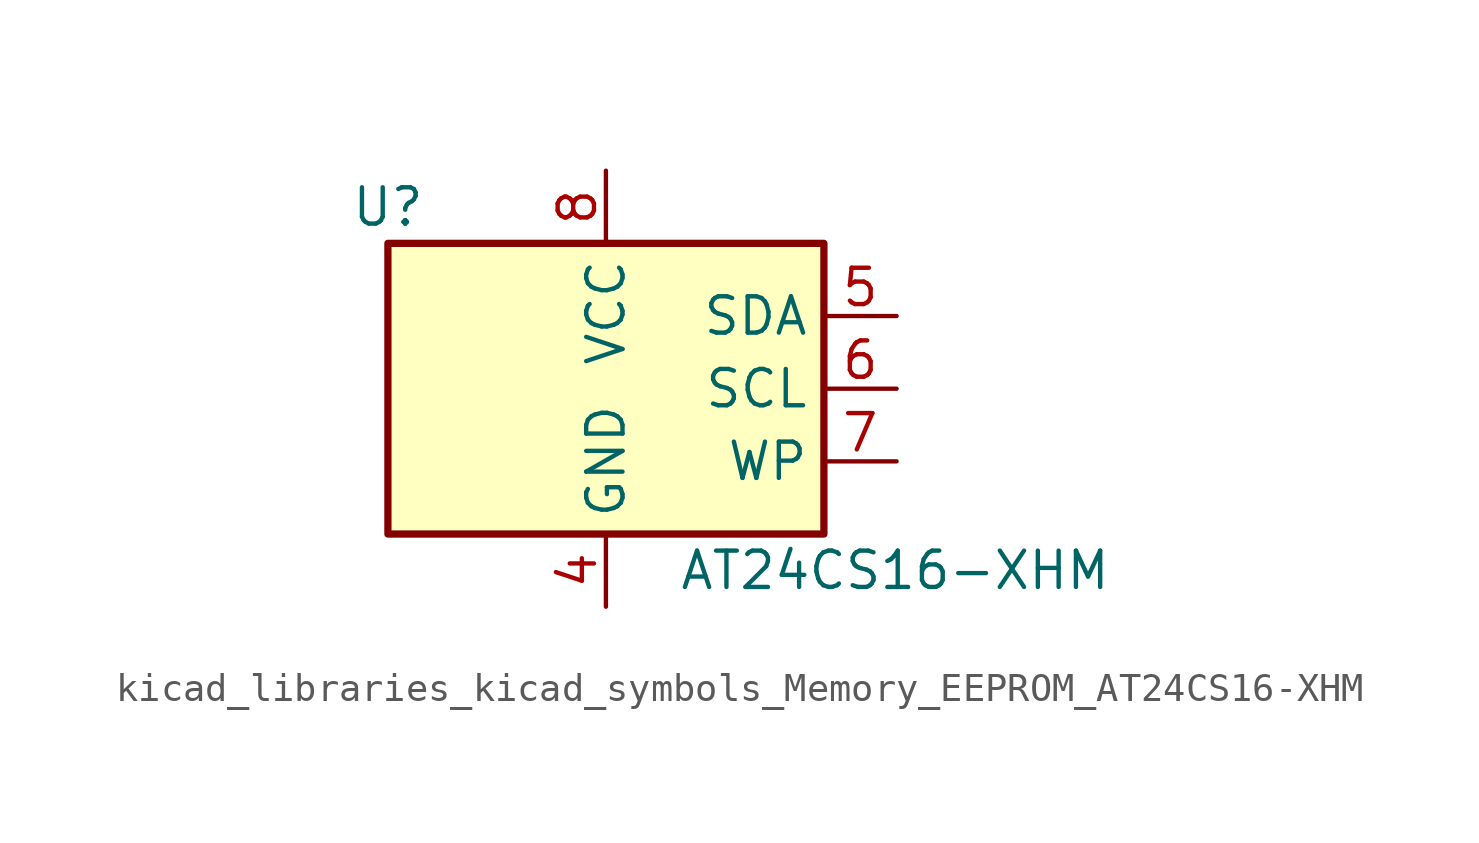
<source format=kicad_sym>
(kicad_symbol_lib
  (version 20220914)
  (generator kicad_symbol_editor)
  (symbol "kicad_libraries_kicad_symbols_Memory_EEPROM_AT24CS16-XHM"
    (property "Reference" "U"
      (at -7.62 6.35 0)
      (effects (font (size 1.27 1.27))))
    (property "Value" "AT24CS16-XHM"
      (at 2.54 -6.35 0)
      (effects (font (size 1.27 1.27)) (justify left)))
    (symbol "kicad_libraries_kicad_symbols_Memory_EEPROM_AT24CS16-XHM_1_1"
      (rectangle (start -7.62 5.08) (end 7.62 -5.08) (stroke (width 0.254) (type default)) (fill (type background)))
      (pin no_connect line (at -7.62 2.54 0) (length 2.54) hide (name "NC" (effects (font (size 1.27 1.27)))) (number "1" (effects (font (size 1.27 1.27)))))
      (pin no_connect line (at -7.62 0 0) (length 2.54) hide (name "NC" (effects (font (size 1.27 1.27)))) (number "2" (effects (font (size 1.27 1.27)))))
      (pin no_connect line (at -7.62 -2.54 0) (length 2.54) hide (name "NC" (effects (font (size 1.27 1.27)))) (number "3" (effects (font (size 1.27 1.27)))))
      (pin power_in line (at 0 -7.62 90) (length 2.54) (name "GND" (effects (font (size 1.27 1.27)))) (number "4" (effects (font (size 1.27 1.27)))))
      (pin bidirectional line (at 10.16 2.54 180) (length 2.54) (name "SDA" (effects (font (size 1.27 1.27)))) (number "5" (effects (font (size 1.27 1.27)))))
      (pin input line (at 10.16 0 180) (length 2.54) (name "SCL" (effects (font (size 1.27 1.27)))) (number "6" (effects (font (size 1.27 1.27)))))
      (pin input line (at 10.16 -2.54 180) (length 2.54) (name "WP" (effects (font (size 1.27 1.27)))) (number "7" (effects (font (size 1.27 1.27)))))
      (pin power_in line (at 0 7.62 270) (length 2.54) (name "VCC" (effects (font (size 1.27 1.27)))) (number "8" (effects (font (size 1.27 1.27))))))))
</source>
